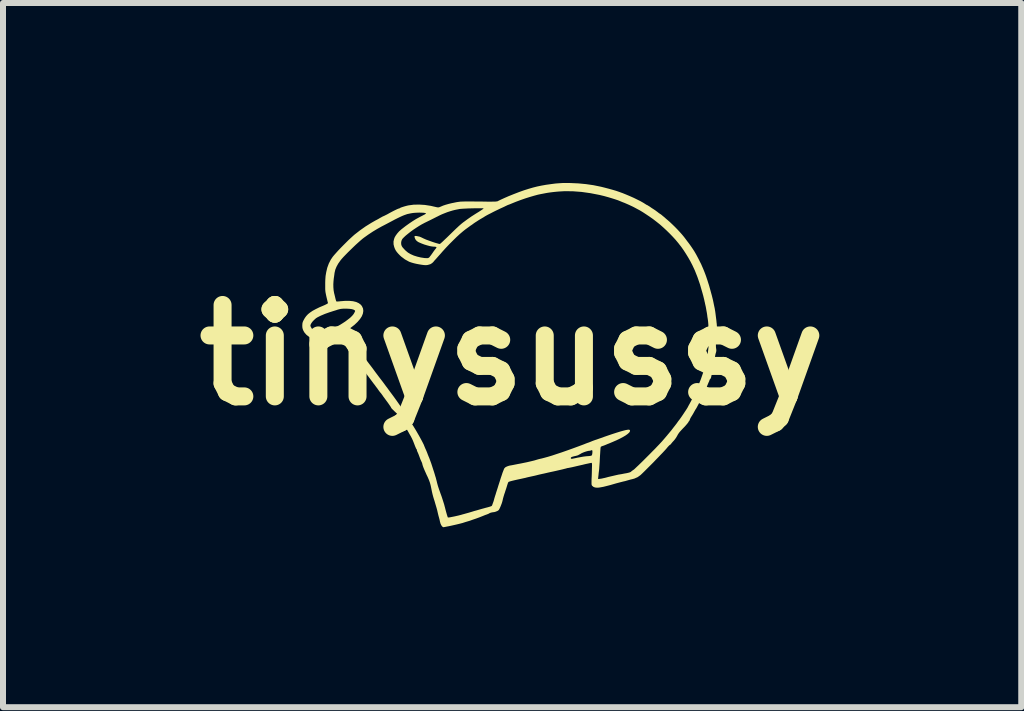
<source format=kicad_pcb>
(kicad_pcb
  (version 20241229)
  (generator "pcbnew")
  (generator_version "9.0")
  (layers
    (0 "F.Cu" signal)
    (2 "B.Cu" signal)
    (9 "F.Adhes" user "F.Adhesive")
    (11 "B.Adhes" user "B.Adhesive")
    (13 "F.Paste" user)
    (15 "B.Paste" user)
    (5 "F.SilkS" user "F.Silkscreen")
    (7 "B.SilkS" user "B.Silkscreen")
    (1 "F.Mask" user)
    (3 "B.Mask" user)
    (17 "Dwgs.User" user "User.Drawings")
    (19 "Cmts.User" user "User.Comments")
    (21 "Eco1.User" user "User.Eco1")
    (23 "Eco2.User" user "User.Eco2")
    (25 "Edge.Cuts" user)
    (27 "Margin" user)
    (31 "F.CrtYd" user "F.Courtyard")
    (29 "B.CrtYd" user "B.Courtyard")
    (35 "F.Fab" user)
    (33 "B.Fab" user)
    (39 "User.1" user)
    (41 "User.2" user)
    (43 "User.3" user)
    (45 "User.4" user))
  (footprint "tinysussy"
    (layer "F.Cu")
    (at 5.486 2.868)
    (property "Reference" "tinysussy" (at 0 0 0) (layer "F.SilkS") (effects (font (size 1.524 1.524) (thickness 0.3))))
    (attr board_only exclude_from_pos_files exclude_from_bom)
    (fp_poly (pts (xy 0.974 -2.867) (xy 1.106 -2.861) (xy 1.232 -2.849) (xy 1.356 -2.831) (xy 1.483 -2.805) (xy 1.543 -2.79) (xy 1.612 -2.772) (xy 1.673 -2.755) (xy 1.728 -2.739) (xy 1.781 -2.721) (xy 1.836 -2.701) (xy 1.837 -2.701) (xy 1.901 -2.675) (xy 1.965 -2.648) (xy 2.028 -2.62) (xy 2.087 -2.591) (xy 2.141 -2.564) (xy 2.187 -2.538) (xy 2.217 -2.519) (xy 2.234 -2.508) (xy 2.247 -2.501) (xy 2.253 -2.499) (xy 2.26 -2.495) (xy 2.274 -2.486) (xy 2.294 -2.474) (xy 2.305 -2.466) (xy 2.328 -2.45) (xy 2.35 -2.436) (xy 2.367 -2.425) (xy 2.371 -2.422) (xy 2.385 -2.413) (xy 2.405 -2.398) (xy 2.427 -2.382) (xy 2.429 -2.38) (xy 2.447 -2.366) (xy 2.462 -2.356) (xy 2.47 -2.35) (xy 2.471 -2.35) (xy 2.478 -2.346) (xy 2.492 -2.335) (xy 2.512 -2.318) (xy 2.538 -2.297) (xy 2.567 -2.271) (xy 2.599 -2.244) (xy 2.632 -2.215) (xy 2.64 -2.207) (xy 2.675 -2.174) (xy 2.714 -2.136) (xy 2.755 -2.094) (xy 2.794 -2.052) (xy 2.828 -2.014) (xy 2.844 -1.995) (xy 2.867 -1.967) (xy 2.892 -1.934) (xy 2.918 -1.899) (xy 2.945 -1.864) (xy 2.969 -1.831) (xy 2.99 -1.801) (xy 3.006 -1.777) (xy 3.015 -1.764) (xy 3.023 -1.751) (xy 3.033 -1.736) (xy 3.034 -1.735) (xy 3.042 -1.721) (xy 3.055 -1.699) (xy 3.071 -1.671) (xy 3.088 -1.639) (xy 3.106 -1.605) (xy 3.123 -1.571) (xy 3.138 -1.541) (xy 3.151 -1.516) (xy 3.155 -1.506) (xy 3.176 -1.458) (xy 3.193 -1.418) (xy 3.207 -1.383) (xy 3.22 -1.349) (xy 3.233 -1.314) (xy 3.247 -1.272) (xy 3.256 -1.245) (xy 3.283 -1.16) (xy 3.307 -1.074) (xy 3.33 -0.99) (xy 3.349 -0.913) (xy 3.358 -0.869) (xy 3.364 -0.839) (xy 3.37 -0.811) (xy 3.375 -0.788) (xy 3.377 -0.779) (xy 3.38 -0.76) (xy 3.385 -0.731) (xy 3.39 -0.695) (xy 3.395 -0.655) (xy 3.4 -0.615) (xy 3.405 -0.577) (xy 3.408 -0.543) (xy 3.411 -0.52) (xy 3.416 -0.448) (xy 3.418 -0.387) (xy 3.419 -0.338) (xy 3.417 -0.3) (xy 3.413 -0.273) (xy 3.411 -0.266) (xy 3.402 -0.223) (xy 3.397 -0.176) (xy 3.398 -0.132) (xy 3.401 -0.109) (xy 3.404 -0.087) (xy 3.404 -0.068) (xy 3.4 -0.048) (xy 3.395 -0.032) (xy 3.388 -0.005) (xy 3.382 0.028) (xy 3.377 0.059) (xy 3.377 0.062) (xy 3.37 0.116) (xy 3.364 0.162) (xy 3.357 0.201) (xy 3.35 0.237) (xy 3.341 0.272) (xy 3.34 0.278) (xy 3.332 0.308) (xy 3.325 0.336) (xy 3.32 0.358) (xy 3.318 0.368) (xy 3.312 0.386) (xy 3.304 0.399) (xy 3.302 0.401) (xy 3.293 0.411) (xy 3.29 0.418) (xy 3.287 0.431) (xy 3.284 0.438) (xy 3.276 0.455) (xy 3.265 0.481) (xy 3.253 0.51) (xy 3.242 0.539) (xy 3.232 0.566) (xy 3.226 0.585) (xy 3.225 0.589) (xy 3.218 0.606) (xy 3.21 0.617) (xy 3.2 0.631) (xy 3.197 0.643) (xy 3.194 0.659) (xy 3.189 0.667) (xy 3.183 0.676) (xy 3.173 0.693) (xy 3.16 0.718) (xy 3.144 0.748) (xy 3.127 0.782) (xy 3.126 0.782) (xy 3.109 0.816) (xy 3.093 0.846) (xy 3.08 0.871) (xy 3.07 0.888) (xy 3.065 0.897) (xy 3.065 0.897) (xy 3.058 0.906) (xy 3.048 0.924) (xy 3.036 0.945) (xy 3.034 0.949) (xy 3.019 0.976) (xy 3.003 1.003) (xy 2.989 1.025) (xy 2.976 1.046) (xy 2.966 1.067) (xy 2.962 1.079) (xy 2.956 1.093) (xy 2.951 1.101) (xy 2.95 1.101) (xy 2.944 1.106) (xy 2.944 1.108) (xy 2.94 1.117) (xy 2.927 1.135) (xy 2.908 1.158) (xy 2.882 1.188) (xy 2.85 1.221) (xy 2.847 1.224) (xy 2.82 1.253) (xy 2.8 1.275) (xy 2.785 1.293) (xy 2.773 1.31) (xy 2.762 1.327) (xy 2.751 1.348) (xy 2.748 1.353) (xy 2.732 1.38) (xy 2.711 1.409) (xy 2.694 1.429) (xy 2.676 1.448) (xy 2.661 1.466) (xy 2.651 1.479) (xy 2.65 1.48) (xy 2.641 1.491) (xy 2.632 1.497) (xy 2.632 1.497) (xy 2.625 1.501) (xy 2.612 1.514) (xy 2.595 1.532) (xy 2.576 1.555) (xy 2.572 1.56) (xy 2.557 1.577) (xy 2.535 1.601) (xy 2.507 1.631) (xy 2.473 1.666) (xy 2.436 1.705) (xy 2.396 1.746) (xy 2.355 1.789) (xy 2.313 1.831) (xy 2.272 1.872) (xy 2.234 1.91) (xy 2.2 1.944) (xy 2.17 1.973) (xy 2.146 1.996) (xy 2.138 2.003) (xy 2.093 2.035) (xy 2.039 2.059) (xy 2.003 2.069) (xy 1.976 2.075) (xy 1.948 2.083) (xy 1.933 2.087) (xy 1.909 2.094) (xy 1.881 2.102) (xy 1.862 2.106) (xy 1.842 2.111) (xy 1.814 2.118) (xy 1.78 2.127) (xy 1.742 2.137) (xy 1.71 2.146) (xy 1.638 2.167) (xy 1.576 2.183) (xy 1.524 2.196) (xy 1.481 2.204) (xy 1.445 2.21) (xy 1.415 2.211) (xy 1.391 2.209) (xy 1.371 2.204) (xy 1.354 2.196) (xy 1.34 2.184) (xy 1.333 2.178) (xy 1.33 2.173) (xy 1.327 2.167) (xy 1.325 2.158) (xy 1.324 2.145) (xy 1.324 2.125) (xy 1.324 2.098) (xy 1.325 2.062) (xy 1.327 2.024) (xy 1.329 1.965) (xy 1.33 1.917) (xy 1.331 1.879) (xy 1.332 1.851) (xy 1.332 1.829) (xy 1.332 1.815) (xy 1.33 1.805) (xy 1.328 1.8) (xy 1.326 1.798) (xy 1.323 1.797) (xy 1.32 1.797) (xy 1.311 1.799) (xy 1.291 1.803) (xy 1.264 1.809) (xy 1.23 1.816) (xy 1.192 1.825) (xy 1.181 1.828) (xy 1.141 1.837) (xy 1.102 1.846) (xy 1.067 1.854) (xy 1.038 1.861) (xy 1.019 1.865) (xy 1.017 1.866) (xy 0.989 1.872) (xy 0.958 1.878) (xy 0.944 1.881) (xy 0.923 1.884) (xy 0.908 1.888) (xy 0.903 1.89) (xy 0.895 1.892) (xy 0.878 1.896) (xy 0.851 1.903) (xy 0.818 1.911) (xy 0.778 1.92) (xy 0.735 1.93) (xy 0.69 1.94) (xy 0.643 1.95) (xy 0.598 1.96) (xy 0.555 1.97) (xy 0.529 1.976) (xy 0.505 1.981) (xy 0.474 1.988) (xy 0.439 1.996) (xy 0.408 2.004) (xy 0.375 2.012) (xy 0.343 2.019) (xy 0.315 2.025) (xy 0.297 2.029) (xy 0.274 2.034) (xy 0.253 2.039) (xy 0.244 2.041) (xy 0.231 2.045) (xy 0.209 2.05) (xy 0.181 2.056) (xy 0.155 2.062) (xy 0.089 2.076) (xy 0.036 2.088) (xy -0.005 2.098) (xy -0.034 2.106) (xy -0.052 2.112) (xy -0.058 2.115) (xy -0.061 2.118) (xy -0.065 2.123) (xy -0.069 2.132) (xy -0.074 2.147) (xy -0.081 2.168) (xy -0.09 2.198) (xy -0.102 2.236) (xy -0.112 2.265) (xy -0.12 2.291) (xy -0.127 2.311) (xy -0.131 2.322) (xy -0.131 2.322) (xy -0.135 2.336) (xy -0.142 2.359) (xy -0.15 2.387) (xy -0.157 2.417) (xy -0.161 2.434) (xy -0.166 2.452) (xy -0.172 2.471) (xy -0.18 2.492) (xy -0.191 2.52) (xy -0.2 2.541) (xy -0.211 2.564) (xy -0.22 2.58) (xy -0.23 2.59) (xy -0.244 2.599) (xy -0.249 2.601) (xy -0.273 2.611) (xy -0.298 2.618) (xy -0.308 2.619) (xy -0.33 2.622) (xy -0.353 2.627) (xy -0.372 2.634) (xy -0.383 2.64) (xy -0.383 2.641) (xy -0.391 2.645) (xy -0.406 2.651) (xy -0.417 2.656) (xy -0.438 2.663) (xy -0.455 2.669) (xy -0.461 2.672) (xy -0.501 2.688) (xy -0.549 2.707) (xy -0.604 2.727) (xy -0.663 2.747) (xy -0.721 2.767) (xy -0.778 2.784) (xy -0.828 2.8) (xy -0.87 2.811) (xy -0.903 2.819) (xy -0.941 2.828) (xy -0.981 2.837) (xy -1.021 2.846) (xy -1.059 2.854) (xy -1.092 2.86) (xy -1.12 2.866) (xy -1.139 2.869) (xy -1.147 2.87) (xy -1.156 2.865) (xy -1.167 2.856) (xy -1.181 2.836) (xy -1.192 2.813) (xy -1.201 2.782) (xy -1.203 2.774) (xy -1.209 2.745) (xy -1.217 2.715) (xy -1.221 2.7) (xy -1.228 2.675) (xy -1.234 2.65) (xy -1.237 2.638) (xy -1.242 2.616) (xy -1.249 2.585) (xy -1.259 2.549) (xy -1.271 2.508) (xy -1.283 2.468) (xy -1.294 2.429) (xy -1.298 2.418) (xy -1.314 2.366) (xy -1.326 2.321) (xy -1.336 2.278) (xy -1.345 2.233) (xy -1.348 2.218) (xy -1.358 2.171) (xy -1.37 2.127) (xy -1.386 2.083) (xy -1.407 2.034) (xy -1.426 1.995) (xy -1.44 1.963) (xy -1.455 1.93) (xy -1.469 1.897) (xy -1.481 1.867) (xy -1.49 1.841) (xy -1.495 1.823) (xy -1.497 1.816) (xy -1.499 1.804) (xy -1.506 1.787) (xy -1.509 1.781) (xy -1.519 1.759) (xy -1.529 1.737) (xy -1.53 1.734) (xy -1.547 1.688) (xy -1.561 1.651) (xy -1.573 1.623) (xy -1.581 1.606) (xy -1.586 1.593) (xy -1.587 1.584) (xy -1.587 1.584) (xy -1.588 1.576) (xy -1.592 1.571) (xy -1.598 1.563) (xy -1.606 1.545) (xy -1.616 1.522) (xy -1.624 1.501) (xy -1.639 1.462) (xy -1.653 1.427) (xy -1.669 1.392) (xy -1.688 1.355) (xy -1.712 1.314) (xy -1.733 1.276) (xy -1.751 1.245) (xy -1.767 1.216) (xy -1.781 1.19) (xy -1.789 1.172) (xy -1.791 1.168) (xy -1.799 1.15) (xy -1.811 1.127) (xy -1.825 1.1) (xy -1.833 1.085) (xy -1.844 1.066) (xy -1.855 1.048) (xy -1.868 1.032) (xy -1.882 1.014) (xy -1.901 0.994) (xy -1.926 0.97) (xy -1.957 0.941) (xy -1.978 0.92) (xy -1.996 0.903) (xy -2.009 0.889) (xy -2.016 0.88) (xy -2.016 0.878) (xy -2.018 0.873) (xy -2.024 0.863) (xy -2.034 0.848) (xy -2.049 0.826) (xy -2.07 0.796) (xy -2.098 0.758) (xy -2.112 0.739) (xy -2.131 0.713) (xy -2.149 0.689) (xy -2.162 0.669) (xy -2.171 0.657) (xy -2.172 0.656) (xy -2.184 0.639) (xy -2.194 0.628) (xy -2.203 0.617) (xy -2.217 0.599) (xy -2.231 0.579) (xy -2.232 0.578) (xy -2.247 0.556) (xy -2.268 0.529) (xy -2.288 0.501) (xy -2.296 0.491) (xy -2.311 0.472) (xy -2.327 0.45) (xy -2.346 0.425) (xy -2.368 0.395) (xy -2.395 0.359) (xy -2.427 0.317) (xy -2.465 0.266) (xy -2.506 0.211) (xy -2.531 0.179) (xy -2.558 0.143) (xy -2.584 0.109) (xy -2.606 0.08) (xy -2.657 0.016) (xy -2.7 -0.04) (xy -2.737 -0.09) (xy -2.769 -0.136) (xy -2.798 -0.179) (xy -2.823 -0.22) (xy -2.847 -0.262) (xy -2.858 -0.281) (xy -2.869 -0.303) (xy -2.879 -0.321) (xy -2.885 -0.331) (xy -2.886 -0.333) (xy -2.892 -0.332) (xy -2.907 -0.328) (xy -2.928 -0.32) (xy -2.942 -0.315) (xy -2.997 -0.297) (xy -3.057 -0.282) (xy -3.117 -0.27) (xy -3.173 -0.263) (xy -3.222 -0.26) (xy -3.281 -0.265) (xy -3.336 -0.28) (xy -3.385 -0.304) (xy -3.428 -0.337) (xy -3.462 -0.376) (xy -3.479 -0.406) (xy -3.489 -0.43) (xy -3.495 -0.453) (xy -3.497 -0.481) (xy -3.497 -0.489) (xy -3.497 -0.492) (xy -3.362 -0.492) (xy -3.36 -0.48) (xy -3.357 -0.473) (xy -3.341 -0.444) (xy -3.314 -0.422) (xy -3.293 -0.411) (xy -3.274 -0.407) (xy -3.245 -0.405) (xy -3.211 -0.404) (xy -3.176 -0.405) (xy -3.142 -0.408) (xy -3.112 -0.413) (xy -3.108 -0.414) (xy -3.072 -0.424) (xy -3.031 -0.436) (xy -2.99 -0.45) (xy -2.95 -0.464) (xy -2.917 -0.478) (xy -2.899 -0.486) (xy -2.865 -0.505) (xy -2.825 -0.53) (xy -2.782 -0.558) (xy -2.742 -0.588) (xy -2.706 -0.616) (xy -2.69 -0.63) (xy -2.664 -0.656) (xy -2.642 -0.683) (xy -2.631 -0.702) (xy -2.621 -0.721) (xy -2.617 -0.732) (xy -2.618 -0.74) (xy -2.623 -0.745) (xy -2.641 -0.756) (xy -2.67 -0.765) (xy -2.708 -0.77) (xy -2.756 -0.773) (xy -2.774 -0.773) (xy -2.809 -0.773) (xy -2.836 -0.771) (xy -2.86 -0.768) (xy -2.883 -0.763) (xy -2.912 -0.755) (xy -2.931 -0.748) (xy -2.954 -0.741) (xy -2.984 -0.732) (xy -3.017 -0.721) (xy -3.046 -0.712) (xy -3.119 -0.686) (xy -3.19 -0.656) (xy -3.242 -0.63) (xy -3.268 -0.614) (xy -3.295 -0.59) (xy -3.321 -0.564) (xy -3.341 -0.538) (xy -3.35 -0.524) (xy -3.359 -0.505) (xy -3.362 -0.492) (xy -3.497 -0.492) (xy -3.496 -0.514) (xy -3.494 -0.534) (xy -3.488 -0.554) (xy -3.477 -0.578) (xy -3.475 -0.581) (xy -3.455 -0.617) (xy -3.431 -0.65) (xy -3.402 -0.681) (xy -3.367 -0.709) (xy -3.324 -0.738) (xy -3.272 -0.766) (xy -3.211 -0.796) (xy -3.154 -0.82) (xy -3.12 -0.835) (xy -3.096 -0.847) (xy -3.08 -0.855) (xy -3.072 -0.862) (xy -3.07 -0.868) (xy -3.07 -0.871) (xy -3.076 -0.892) (xy -3.083 -0.922) (xy -3.092 -0.959) (xy -3.101 -0.999) (xy -3.109 -1.04) (xy -3.111 -1.051) (xy -3.113 -1.069) (xy -3.115 -1.096) (xy -3.115 -1.129) (xy -3.115 -1.167) (xy -3.115 -1.178) (xy -2.98 -1.178) (xy -2.979 -1.127) (xy -2.975 -1.079) (xy -2.968 -1.039) (xy -2.967 -1.033) (xy -2.961 -1.01) (xy -2.954 -0.981) (xy -2.947 -0.951) (xy -2.946 -0.947) (xy -2.94 -0.923) (xy -2.934 -0.904) (xy -2.928 -0.894) (xy -2.927 -0.892) (xy -2.917 -0.892) (xy -2.899 -0.893) (xy -2.875 -0.895) (xy -2.86 -0.897) (xy -2.782 -0.903) (xy -2.713 -0.903) (xy -2.651 -0.897) (xy -2.598 -0.884) (xy -2.555 -0.864) (xy -2.521 -0.838) (xy -2.503 -0.815) (xy -2.485 -0.776) (xy -2.48 -0.735) (xy -2.487 -0.691) (xy -2.505 -0.646) (xy -2.535 -0.6) (xy -2.576 -0.552) (xy -2.628 -0.503) (xy -2.691 -0.454) (xy -2.729 -0.428) (xy -2.75 -0.413) (xy -2.766 -0.4) (xy -2.776 -0.39) (xy -2.777 -0.387) (xy -2.774 -0.379) (xy -2.764 -0.363) (xy -2.75 -0.34) (xy -2.733 -0.313) (xy -2.713 -0.283) (xy -2.692 -0.252) (xy -2.672 -0.222) (xy -2.653 -0.194) (xy -2.636 -0.171) (xy -2.632 -0.167) (xy -2.612 -0.14) (xy -2.587 -0.109) (xy -2.56 -0.076) (xy -2.534 -0.043) (xy -2.509 -0.014) (xy -2.489 0.01) (xy -2.479 0.021) (xy -2.462 0.042) (xy -2.445 0.063) (xy -2.439 0.071) (xy -2.426 0.09) (xy -2.408 0.112) (xy -2.395 0.13) (xy -2.383 0.146) (xy -2.365 0.169) (xy -2.343 0.198) (xy -2.319 0.23) (xy -2.295 0.263) (xy -2.27 0.297) (xy -2.244 0.331) (xy -2.221 0.362) (xy -2.201 0.388) (xy -2.188 0.405) (xy -2.158 0.444) (xy -2.134 0.476) (xy -2.113 0.505) (xy -2.092 0.533) (xy -2.084 0.543) (xy -2.069 0.564) (xy -2.05 0.59) (xy -2.028 0.62) (xy -2.007 0.648) (xy -1.97 0.698) (xy -1.929 0.755) (xy -1.886 0.816) (xy -1.843 0.879) (xy -1.802 0.94) (xy -1.764 0.997) (xy -1.732 1.048) (xy -1.727 1.055) (xy -1.711 1.082) (xy -1.694 1.109) (xy -1.68 1.132) (xy -1.664 1.157) (xy -1.646 1.185) (xy -1.637 1.2) (xy -1.618 1.231) (xy -1.597 1.266) (xy -1.575 1.304) (xy -1.552 1.344) (xy -1.531 1.382) (xy -1.511 1.419) (xy -1.494 1.451) (xy -1.48 1.479) (xy -1.47 1.499) (xy -1.466 1.51) (xy -1.466 1.512) (xy -1.463 1.518) (xy -1.457 1.533) (xy -1.448 1.554) (xy -1.447 1.557) (xy -1.434 1.585) (xy -1.421 1.616) (xy -1.412 1.639) (xy -1.404 1.661) (xy -1.396 1.68) (xy -1.392 1.691) (xy -1.384 1.709) (xy -1.374 1.735) (xy -1.362 1.768) (xy -1.348 1.806) (xy -1.335 1.846) (xy -1.332 1.855) (xy -1.315 1.908) (xy -1.301 1.95) (xy -1.29 1.986) (xy -1.281 2.017) (xy -1.272 2.045) (xy -1.265 2.073) (xy -1.257 2.102) (xy -1.253 2.121) (xy -1.245 2.151) (xy -1.237 2.18) (xy -1.227 2.211) (xy -1.215 2.247) (xy -1.199 2.291) (xy -1.197 2.298) (xy -1.175 2.358) (xy -1.158 2.41) (xy -1.144 2.454) (xy -1.132 2.492) (xy -1.123 2.527) (xy -1.119 2.541) (xy -1.111 2.573) (xy -1.102 2.607) (xy -1.093 2.639) (xy -1.085 2.667) (xy -1.078 2.688) (xy -1.074 2.701) (xy -1.073 2.703) (xy -1.069 2.707) (xy -1.062 2.708) (xy -1.05 2.707) (xy -1.03 2.704) (xy -1.001 2.698) (xy -0.99 2.696) (xy -0.951 2.688) (xy -0.921 2.681) (xy -0.898 2.676) (xy -0.879 2.671) (xy -0.859 2.666) (xy -0.837 2.66) (xy -0.835 2.659) (xy -0.805 2.651) (xy -0.773 2.642) (xy -0.748 2.635) (xy -0.726 2.629) (xy -0.696 2.62) (xy -0.663 2.61) (xy -0.631 2.6) (xy -0.597 2.591) (xy -0.556 2.579) (xy -0.511 2.566) (xy -0.467 2.554) (xy -0.446 2.548) (xy -0.407 2.538) (xy -0.379 2.53) (xy -0.36 2.524) (xy -0.347 2.519) (xy -0.339 2.514) (xy -0.335 2.508) (xy -0.332 2.502) (xy -0.332 2.501) (xy -0.325 2.482) (xy -0.319 2.465) (xy -0.312 2.447) (xy -0.305 2.424) (xy -0.303 2.418) (xy -0.301 2.409) (xy -0.298 2.399) (xy -0.295 2.386) (xy -0.29 2.371) (xy -0.284 2.35) (xy -0.275 2.324) (xy -0.265 2.29) (xy -0.251 2.247) (xy -0.234 2.194) (xy -0.232 2.186) (xy -0.209 2.115) (xy -0.19 2.054) (xy -0.173 2.004) (xy -0.16 1.964) (xy -0.148 1.933) (xy -0.139 1.91) (xy -0.132 1.894) (xy -0.129 1.888) (xy -0.112 1.871) (xy -0.085 1.857) (xy -0.05 1.845) (xy -0.025 1.84) (xy -0.006 1.837) (xy 0.02 1.832) (xy 0.049 1.826) (xy 0.065 1.823) (xy 0.1 1.816) (xy 0.138 1.809) (xy 0.173 1.802) (xy 0.182 1.8) (xy 0.246 1.787) (xy 0.31 1.772) (xy 0.368 1.758) (xy 0.405 1.747) (xy 0.432 1.739) (xy 0.459 1.732) (xy 0.48 1.727) (xy 0.482 1.727) (xy 0.518 1.718) (xy 0.978 1.718) (xy 0.98 1.723) (xy 0.987 1.73) (xy 1 1.73) (xy 1.012 1.727) (xy 1.034 1.723) (xy 1.062 1.717) (xy 1.094 1.71) (xy 1.107 1.708) (xy 1.145 1.701) (xy 1.184 1.694) (xy 1.221 1.689) (xy 1.251 1.686) (xy 1.254 1.686) (xy 1.281 1.684) (xy 1.304 1.681) (xy 1.319 1.678) (xy 1.323 1.676) (xy 1.33 1.669) (xy 1.335 1.653) (xy 1.338 1.631) (xy 1.339 1.606) (xy 1.337 1.591) (xy 1.33 1.585) (xy 1.32 1.588) (xy 1.318 1.589) (xy 1.302 1.594) (xy 1.288 1.596) (xy 1.269 1.598) (xy 1.242 1.605) (xy 1.213 1.614) (xy 1.184 1.625) (xy 1.16 1.636) (xy 1.15 1.641) (xy 1.135 1.651) (xy 1.124 1.657) (xy 1.122 1.657) (xy 1.114 1.661) (xy 1.108 1.666) (xy 1.097 1.671) (xy 1.078 1.677) (xy 1.054 1.683) (xy 1.044 1.685) (xy 1.012 1.693) (xy 0.992 1.7) (xy 0.981 1.708) (xy 0.978 1.718) (xy 0.518 1.718) (xy 0.533 1.714) (xy 0.595 1.697) (xy 0.665 1.676) (xy 0.743 1.65) (xy 0.828 1.622) (xy 0.919 1.59) (xy 1.014 1.556) (xy 1.112 1.52) (xy 1.2 1.487) (xy 1.227 1.476) (xy 1.256 1.465) (xy 1.274 1.459) (xy 1.3 1.449) (xy 1.327 1.438) (xy 1.339 1.433) (xy 1.363 1.424) (xy 1.391 1.414) (xy 1.407 1.409) (xy 1.427 1.402) (xy 1.455 1.392) (xy 1.488 1.381) (xy 1.522 1.369) (xy 1.528 1.366) (xy 1.603 1.34) (xy 1.674 1.316) (xy 1.739 1.295) (xy 1.797 1.277) (xy 1.847 1.263) (xy 1.889 1.252) (xy 1.921 1.246) (xy 1.943 1.244) (xy 1.949 1.244) (xy 1.962 1.25) (xy 1.966 1.263) (xy 1.961 1.28) (xy 1.95 1.294) (xy 1.926 1.316) (xy 1.891 1.341) (xy 1.847 1.367) (xy 1.796 1.394) (xy 1.74 1.421) (xy 1.698 1.439) (xy 1.673 1.45) (xy 1.649 1.46) (xy 1.635 1.466) (xy 1.618 1.473) (xy 1.607 1.478) (xy 1.605 1.478) (xy 1.598 1.48) (xy 1.583 1.487) (xy 1.569 1.493) (xy 1.545 1.503) (xy 1.521 1.512) (xy 1.51 1.515) (xy 1.493 1.522) (xy 1.481 1.528) (xy 1.479 1.53) (xy 1.477 1.533) (xy 1.476 1.538) (xy 1.475 1.547) (xy 1.473 1.56) (xy 1.472 1.579) (xy 1.47 1.605) (xy 1.468 1.639) (xy 1.465 1.682) (xy 1.462 1.736) (xy 1.46 1.781) (xy 1.457 1.821) (xy 1.454 1.86) (xy 1.452 1.895) (xy 1.449 1.924) (xy 1.447 1.939) (xy 1.443 1.969) (xy 1.44 2.003) (xy 1.437 2.025) (xy 1.433 2.067) (xy 1.469 2.063) (xy 1.495 2.059) (xy 1.525 2.052) (xy 1.549 2.047) (xy 1.572 2.041) (xy 1.601 2.033) (xy 1.635 2.025) (xy 1.67 2.017) (xy 1.704 2.009) (xy 1.734 2.002) (xy 1.757 1.997) (xy 1.769 1.994) (xy 1.824 1.985) (xy 1.869 1.976) (xy 1.904 1.97) (xy 1.931 1.964) (xy 1.951 1.959) (xy 1.965 1.954) (xy 1.975 1.95) (xy 1.982 1.945) (xy 1.985 1.942) (xy 1.998 1.931) (xy 2.015 1.919) (xy 2.024 1.913) (xy 2.034 1.906) (xy 2.051 1.89) (xy 2.075 1.867) (xy 2.105 1.839) (xy 2.139 1.806) (xy 2.177 1.769) (xy 2.217 1.729) (xy 2.242 1.704) (xy 2.296 1.65) (xy 2.342 1.603) (xy 2.382 1.563) (xy 2.416 1.527) (xy 2.447 1.495) (xy 2.474 1.466) (xy 2.499 1.439) (xy 2.523 1.411) (xy 2.548 1.382) (xy 2.564 1.363) (xy 2.583 1.341) (xy 2.6 1.32) (xy 2.613 1.305) (xy 2.618 1.299) (xy 2.63 1.284) (xy 2.648 1.263) (xy 2.669 1.236) (xy 2.691 1.207) (xy 2.714 1.178) (xy 2.734 1.152) (xy 2.75 1.131) (xy 2.757 1.12) (xy 2.773 1.098) (xy 2.792 1.074) (xy 2.801 1.061) (xy 2.814 1.043) (xy 2.832 1.017) (xy 2.853 0.986) (xy 2.876 0.951) (xy 2.9 0.915) (xy 2.918 0.887) (xy 2.924 0.877) (xy 2.934 0.858) (xy 2.946 0.835) (xy 2.953 0.823) (xy 2.967 0.797) (xy 2.98 0.773) (xy 2.99 0.754) (xy 2.993 0.748) (xy 3.002 0.731) (xy 3.015 0.705) (xy 3.031 0.672) (xy 3.048 0.635) (xy 3.066 0.596) (xy 3.083 0.558) (xy 3.099 0.522) (xy 3.101 0.516) (xy 3.146 0.404) (xy 3.187 0.286) (xy 3.195 0.263) (xy 3.204 0.234) (xy 3.212 0.208) (xy 3.218 0.189) (xy 3.221 0.18) (xy 3.221 0.179) (xy 3.226 0.161) (xy 3.233 0.132) (xy 3.24 0.097) (xy 3.247 0.057) (xy 3.254 0.015) (xy 3.261 -0.027) (xy 3.266 -0.065) (xy 3.27 -0.097) (xy 3.273 -0.125) (xy 3.275 -0.153) (xy 3.276 -0.183) (xy 3.277 -0.217) (xy 3.277 -0.257) (xy 3.276 -0.305) (xy 3.276 -0.34) (xy 3.274 -0.396) (xy 3.273 -0.442) (xy 3.272 -0.48) (xy 3.271 -0.51) (xy 3.269 -0.536) (xy 3.267 -0.559) (xy 3.264 -0.582) (xy 3.261 -0.605) (xy 3.259 -0.615) (xy 3.255 -0.641) (xy 3.252 -0.667) (xy 3.25 -0.68) (xy 3.246 -0.706) (xy 3.24 -0.738) (xy 3.234 -0.773) (xy 3.228 -0.806) (xy 3.222 -0.832) (xy 3.218 -0.849) (xy 3.213 -0.874) (xy 3.206 -0.902) (xy 3.204 -0.915) (xy 3.197 -0.943) (xy 3.191 -0.968) (xy 3.186 -0.987) (xy 3.185 -0.993) (xy 3.18 -1.009) (xy 3.174 -1.032) (xy 3.17 -1.045) (xy 3.132 -1.177) (xy 3.09 -1.299) (xy 3.046 -1.41) (xy 3.006 -1.496) (xy 2.973 -1.56) (xy 2.936 -1.625) (xy 2.896 -1.69) (xy 2.857 -1.75) (xy 2.819 -1.804) (xy 2.793 -1.837) (xy 2.785 -1.847) (xy 2.773 -1.863) (xy 2.759 -1.88) (xy 2.723 -1.923) (xy 2.679 -1.971) (xy 2.629 -2.023) (xy 2.576 -2.075) (xy 2.521 -2.126) (xy 2.467 -2.174) (xy 2.446 -2.191) (xy 2.399 -2.228) (xy 2.347 -2.268) (xy 2.29 -2.308) (xy 2.233 -2.346) (xy 2.178 -2.382) (xy 2.128 -2.412) (xy 2.096 -2.429) (xy 2.07 -2.443) (xy 2.046 -2.456) (xy 2.027 -2.466) (xy 2.019 -2.47) (xy 2.001 -2.479) (xy 1.975 -2.491) (xy 1.945 -2.505) (xy 1.913 -2.519) (xy 1.883 -2.532) (xy 1.874 -2.536) (xy 1.847 -2.546) (xy 1.818 -2.558) (xy 1.806 -2.563) (xy 1.764 -2.58) (xy 1.713 -2.597) (xy 1.656 -2.615) (xy 1.595 -2.633) (xy 1.534 -2.65) (xy 1.476 -2.664) (xy 1.46 -2.668) (xy 1.306 -2.698) (xy 1.156 -2.719) (xy 1.01 -2.73) (xy 0.87 -2.731) (xy 0.77 -2.725) (xy 0.716 -2.72) (xy 0.671 -2.715) (xy 0.632 -2.71) (xy 0.597 -2.705) (xy 0.562 -2.699) (xy 0.547 -2.696) (xy 0.526 -2.692) (xy 0.501 -2.687) (xy 0.489 -2.685) (xy 0.431 -2.673) (xy 0.365 -2.655) (xy 0.293 -2.634) (xy 0.217 -2.61) (xy 0.14 -2.583) (xy 0.065 -2.555) (xy 0.001 -2.529) (xy -0.023 -2.519) (xy -0.043 -2.511) (xy -0.056 -2.506) (xy -0.06 -2.505) (xy -0.067 -2.502) (xy -0.082 -2.496) (xy -0.102 -2.486) (xy -0.107 -2.484) (xy -0.135 -2.47) (xy -0.168 -2.455) (xy -0.199 -2.441) (xy -0.201 -2.44) (xy -0.238 -2.422) (xy -0.278 -2.403) (xy -0.318 -2.383) (xy -0.356 -2.363) (xy -0.392 -2.345) (xy -0.422 -2.329) (xy -0.445 -2.316) (xy -0.46 -2.307) (xy -0.462 -2.305) (xy -0.473 -2.298) (xy -0.488 -2.289) (xy -0.489 -2.289) (xy -0.507 -2.278) (xy -0.533 -2.263) (xy -0.562 -2.245) (xy -0.591 -2.226) (xy -0.618 -2.209) (xy -0.638 -2.195) (xy -0.641 -2.193) (xy -0.661 -2.178) (xy -0.681 -2.164) (xy -0.688 -2.16) (xy -0.714 -2.141) (xy -0.744 -2.119) (xy -0.776 -2.096) (xy -0.804 -2.074) (xy -0.826 -2.056) (xy -0.827 -2.055) (xy -0.874 -2.015) (xy -0.927 -1.966) (xy -0.983 -1.911) (xy -1.043 -1.851) (xy -1.103 -1.788) (xy -1.162 -1.723) (xy -1.187 -1.694) (xy -1.214 -1.664) (xy -1.238 -1.637) (xy -1.258 -1.614) (xy -1.273 -1.597) (xy -1.282 -1.588) (xy -1.283 -1.586) (xy -1.291 -1.578) (xy -1.303 -1.564) (xy -1.312 -1.552) (xy -1.335 -1.531) (xy -1.363 -1.514) (xy -1.401 -1.503) (xy -1.417 -1.5) (xy -1.439 -1.498) (xy -1.471 -1.5) (xy -1.509 -1.505) (xy -1.551 -1.512) (xy -1.594 -1.52) (xy -1.637 -1.53) (xy -1.675 -1.541) (xy -1.707 -1.552) (xy -1.719 -1.557) (xy -1.786 -1.594) (xy -1.847 -1.64) (xy -1.868 -1.659) (xy -1.899 -1.691) (xy -1.922 -1.718) (xy -1.94 -1.744) (xy -1.954 -1.772) (xy -1.965 -1.801) (xy -1.976 -1.846) (xy -1.976 -1.869) (xy -1.85 -1.869) (xy -1.847 -1.837) (xy -1.838 -1.814) (xy -1.826 -1.795) (xy -1.806 -1.773) (xy -1.783 -1.748) (xy -1.758 -1.726) (xy -1.736 -1.708) (xy -1.733 -1.706) (xy -1.69 -1.681) (xy -1.638 -1.658) (xy -1.58 -1.64) (xy -1.521 -1.626) (xy -1.462 -1.617) (xy -1.428 -1.615) (xy -1.407 -1.615) (xy -1.394 -1.619) (xy -1.383 -1.626) (xy -1.378 -1.631) (xy -1.368 -1.644) (xy -1.353 -1.663) (xy -1.336 -1.687) (xy -1.326 -1.701) (xy -1.309 -1.726) (xy -1.292 -1.749) (xy -1.278 -1.767) (xy -1.272 -1.774) (xy -1.262 -1.789) (xy -1.261 -1.798) (xy -1.27 -1.803) (xy -1.29 -1.806) (xy -1.301 -1.806) (xy -1.332 -1.809) (xy -1.372 -1.816) (xy -1.416 -1.828) (xy -1.463 -1.842) (xy -1.508 -1.859) (xy -1.55 -1.877) (xy -1.568 -1.886) (xy -1.593 -1.905) (xy -1.613 -1.93) (xy -1.624 -1.958) (xy -1.626 -1.972) (xy -1.626 -1.98) (xy -1.622 -1.984) (xy -1.612 -1.985) (xy -1.594 -1.984) (xy -1.588 -1.983) (xy -1.541 -1.973) (xy -1.515 -1.962) (xy -1.478 -1.944) (xy -1.433 -1.924) (xy -1.381 -1.905) (xy -1.328 -1.886) (xy -1.276 -1.869) (xy -1.229 -1.856) (xy -1.218 -1.853) (xy -1.213 -1.852) (xy -1.209 -1.851) (xy -1.205 -1.852) (xy -1.2 -1.855) (xy -1.192 -1.86) (xy -1.181 -1.87) (xy -1.165 -1.884) (xy -1.145 -1.903) (xy -1.118 -1.929) (xy -1.084 -1.961) (xy -1.048 -1.996) (xy -1.003 -2.04) (xy -0.966 -2.076) (xy -0.935 -2.106) (xy -0.909 -2.13) (xy -0.889 -2.149) (xy -0.871 -2.165) (xy -0.856 -2.178) (xy -0.842 -2.19) (xy -0.827 -2.202) (xy -0.812 -2.214) (xy -0.81 -2.215) (xy -0.746 -2.262) (xy -0.679 -2.309) (xy -0.604 -2.357) (xy -0.591 -2.365) (xy -0.552 -2.389) (xy -0.523 -2.408) (xy -0.502 -2.422) (xy -0.488 -2.432) (xy -0.48 -2.438) (xy -0.476 -2.443) (xy -0.476 -2.444) (xy -0.482 -2.446) (xy -0.499 -2.447) (xy -0.524 -2.447) (xy -0.556 -2.447) (xy -0.594 -2.447) (xy -0.635 -2.446) (xy -0.678 -2.445) (xy -0.722 -2.444) (xy -0.763 -2.442) (xy -0.801 -2.44) (xy -0.834 -2.438) (xy -0.86 -2.436) (xy -0.877 -2.434) (xy -0.878 -2.434) (xy -0.907 -2.428) (xy -0.938 -2.422) (xy -0.956 -2.418) (xy -0.992 -2.409) (xy -1.035 -2.396) (xy -1.081 -2.381) (xy -1.127 -2.363) (xy -1.169 -2.346) (xy -1.195 -2.334) (xy -1.22 -2.322) (xy -1.241 -2.311) (xy -1.256 -2.304) (xy -1.26 -2.302) (xy -1.273 -2.295) (xy -1.29 -2.287) (xy -1.293 -2.285) (xy -1.311 -2.276) (xy -1.339 -2.262) (xy -1.375 -2.244) (xy -1.418 -2.223) (xy -1.465 -2.2) (xy -1.466 -2.199) (xy -1.508 -2.177) (xy -1.553 -2.15) (xy -1.6 -2.12) (xy -1.648 -2.088) (xy -1.693 -2.055) (xy -1.735 -2.022) (xy -1.773 -1.991) (xy -1.803 -1.963) (xy -1.826 -1.939) (xy -1.833 -1.929) (xy -1.845 -1.902) (xy -1.85 -1.869) (xy -1.976 -1.869) (xy -1.977 -1.89) (xy -1.967 -1.935) (xy -1.956 -1.964) (xy -1.938 -1.994) (xy -1.913 -2.028) (xy -1.883 -2.062) (xy -1.849 -2.092) (xy -1.842 -2.098) (xy -1.775 -2.15) (xy -1.715 -2.193) (xy -1.657 -2.232) (xy -1.601 -2.267) (xy -1.542 -2.299) (xy -1.478 -2.332) (xy -1.477 -2.333) (xy -1.457 -2.343) (xy -1.442 -2.353) (xy -1.435 -2.359) (xy -1.435 -2.36) (xy -1.441 -2.365) (xy -1.457 -2.369) (xy -1.481 -2.372) (xy -1.511 -2.373) (xy -1.545 -2.374) (xy -1.581 -2.373) (xy -1.617 -2.371) (xy -1.651 -2.368) (xy -1.664 -2.366) (xy -1.694 -2.361) (xy -1.722 -2.355) (xy -1.749 -2.349) (xy -1.775 -2.34) (xy -1.803 -2.33) (xy -1.834 -2.317) (xy -1.869 -2.301) (xy -1.91 -2.281) (xy -1.958 -2.257) (xy -2.014 -2.227) (xy -2.056 -2.205) (xy -2.088 -2.188) (xy -2.124 -2.169) (xy -2.159 -2.151) (xy -2.171 -2.145) (xy -2.246 -2.103) (xy -2.321 -2.058) (xy -2.398 -2.007) (xy -2.468 -1.957) (xy -2.494 -1.937) (xy -2.527 -1.909) (xy -2.565 -1.875) (xy -2.607 -1.837) (xy -2.65 -1.796) (xy -2.693 -1.754) (xy -2.735 -1.713) (xy -2.774 -1.673) (xy -2.809 -1.637) (xy -2.837 -1.606) (xy -2.858 -1.581) (xy -2.86 -1.578) (xy -2.899 -1.523) (xy -2.927 -1.472) (xy -2.947 -1.423) (xy -2.958 -1.375) (xy -2.959 -1.373) (xy -2.961 -1.358) (xy -2.964 -1.334) (xy -2.968 -1.306) (xy -2.972 -1.28) (xy -2.977 -1.231) (xy -2.98 -1.178) (xy -3.115 -1.178) (xy -3.115 -1.207) (xy -3.114 -1.245) (xy -3.112 -1.278) (xy -3.11 -1.305) (xy -3.109 -1.317) (xy -3.106 -1.335) (xy -3.102 -1.359) (xy -3.098 -1.382) (xy -3.081 -1.455) (xy -3.055 -1.526) (xy -3.022 -1.59) (xy -2.991 -1.636) (xy -2.968 -1.664) (xy -2.937 -1.699) (xy -2.901 -1.739) (xy -2.86 -1.782) (xy -2.817 -1.826) (xy -2.773 -1.87) (xy -2.731 -1.912) (xy -2.69 -1.95) (xy -2.654 -1.983) (xy -2.628 -2.006) (xy -2.537 -2.077) (xy -2.442 -2.144) (xy -2.347 -2.203) (xy -2.279 -2.242) (xy -2.25 -2.257) (xy -2.221 -2.273) (xy -2.196 -2.288) (xy -2.187 -2.292) (xy -2.169 -2.303) (xy -2.155 -2.31) (xy -2.149 -2.313) (xy -2.141 -2.316) (xy -2.126 -2.323) (xy -2.106 -2.333) (xy -2.084 -2.344) (xy -2.064 -2.355) (xy -2.059 -2.358) (xy -2.03 -2.374) (xy -1.998 -2.391) (xy -1.967 -2.407) (xy -1.938 -2.421) (xy -1.913 -2.433) (xy -1.895 -2.44) (xy -1.886 -2.443) (xy -1.874 -2.446) (xy -1.871 -2.449) (xy -1.863 -2.454) (xy -1.846 -2.461) (xy -1.822 -2.469) (xy -1.793 -2.478) (xy -1.764 -2.486) (xy -1.735 -2.493) (xy -1.725 -2.495) (xy -1.642 -2.506) (xy -1.551 -2.508) (xy -1.455 -2.502) (xy -1.357 -2.487) (xy -1.283 -2.47) (xy -1.256 -2.464) (xy -1.237 -2.461) (xy -1.221 -2.462) (xy -1.206 -2.467) (xy -1.189 -2.474) (xy -1.149 -2.491) (xy -1.107 -2.505) (xy -1.058 -2.519) (xy -1 -2.533) (xy -0.983 -2.536) (xy -0.955 -2.542) (xy -0.931 -2.547) (xy -0.907 -2.551) (xy -0.885 -2.554) (xy -0.861 -2.557) (xy -0.834 -2.558) (xy -0.804 -2.559) (xy -0.768 -2.56) (xy -0.725 -2.56) (xy -0.674 -2.56) (xy -0.614 -2.559) (xy -0.55 -2.559) (xy -0.48 -2.558) (xy -0.421 -2.557) (xy -0.373 -2.557) (xy -0.333 -2.557) (xy -0.303 -2.558) (xy -0.279 -2.558) (xy -0.262 -2.56) (xy -0.25 -2.561) (xy -0.243 -2.563) (xy -0.241 -2.564) (xy -0.225 -2.572) (xy -0.201 -2.584) (xy -0.171 -2.598) (xy -0.14 -2.612) (xy -0.109 -2.626) (xy -0.083 -2.637) (xy -0.068 -2.644) (xy 0.029 -2.683) (xy 0.117 -2.717) (xy 0.198 -2.746) (xy 0.274 -2.77) (xy 0.346 -2.791) (xy 0.417 -2.809) (xy 0.489 -2.824) (xy 0.562 -2.837) (xy 0.575 -2.839) (xy 0.654 -2.85) (xy 0.724 -2.859) (xy 0.789 -2.864) (xy 0.853 -2.868) (xy 0.92 -2.868)) (stroke (width 0) (type solid)) (fill yes) (layer "F.SilkS")))
  (gr_rect
    (start -3 -3)
    (end 13.973 8.738)
    (stroke (width 0.1) (type default))
    (fill no)
    (layer "Edge.Cuts")))
</source>
